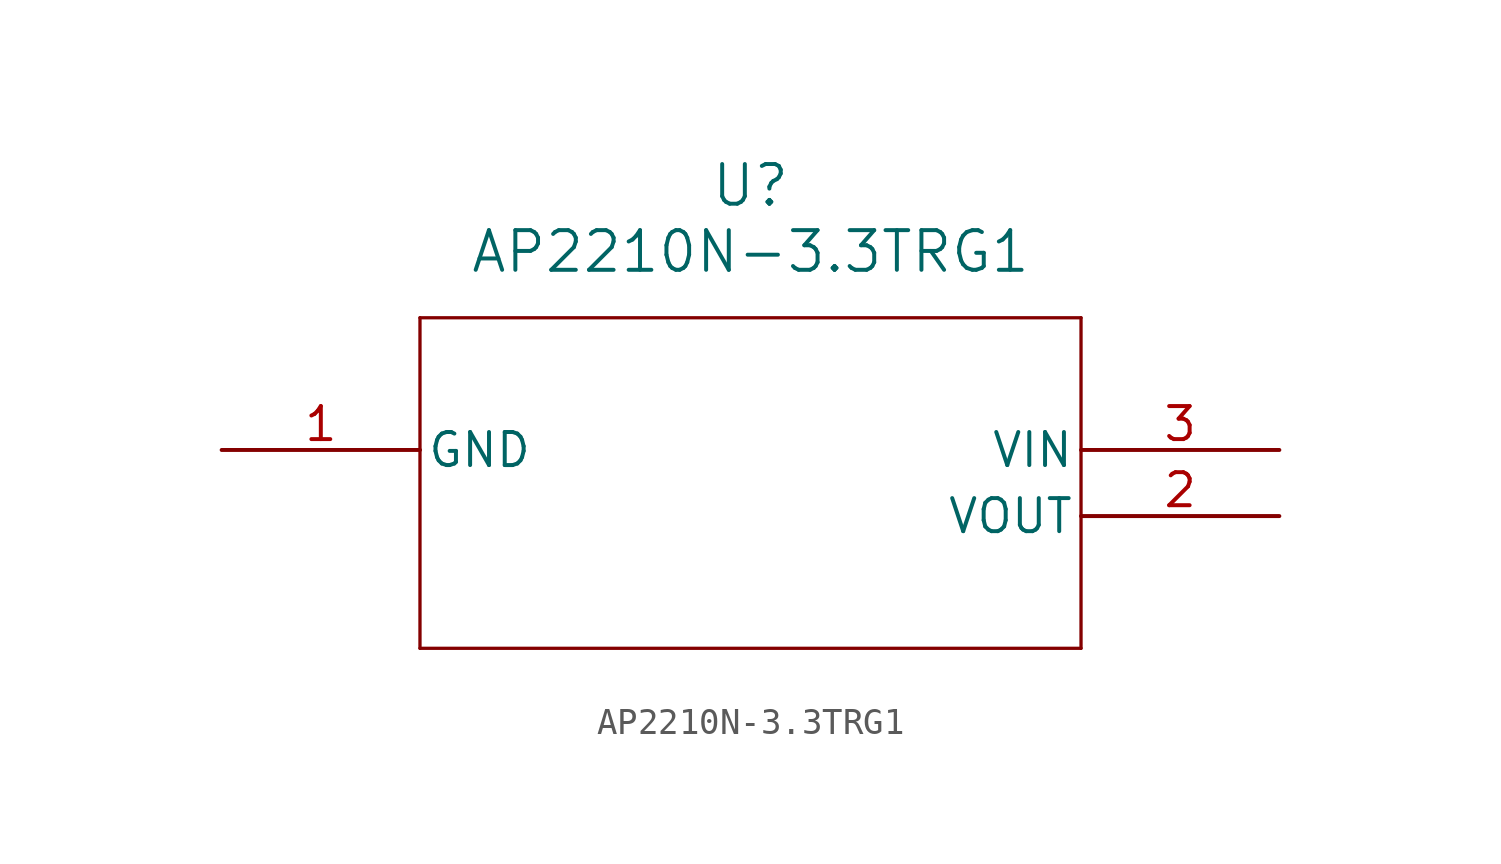
<source format=kicad_sym>
(kicad_symbol_lib
  (version 20211014)
  (generator kicad_symbol_editor)
  (symbol "AP2210N-3.3TRG1"
    (pin_names
      (offset 0.254))
    (property "Reference" "U"
      (at 20.32 10.16 0)
      (effects (font (size 1.524 1.524))))
    (property "Value" "AP2210N-3.3TRG1"
      (at 20.32 7.62 0)
      (effects (font (size 1.524 1.524))))
    (symbol "AP2210N-3.3TRG1_0_1"
      (polyline (pts (xy 7.62 5.08) (xy 7.62 -7.62)) (stroke (width 0.127) (type default) (color 0 0 0 0)) (fill (type none)))
      (polyline (pts (xy 7.62 -7.62) (xy 33.02 -7.62)) (stroke (width 0.127) (type default) (color 0 0 0 0)) (fill (type none)))
      (polyline (pts (xy 33.02 -7.62) (xy 33.02 5.08)) (stroke (width 0.127) (type default) (color 0 0 0 0)) (fill (type none)))
      (polyline (pts (xy 33.02 5.08) (xy 7.62 5.08)) (stroke (width 0.127) (type default) (color 0 0 0 0)) (fill (type none)))
      (pin power_out line (at 0 0 0) (length 7.62) (name "GND" (effects (font (size 1.27 1.27)))) (number "1" (effects (font (size 1.27 1.27)))))
      (pin output line (at 40.64 -2.54 180) (length 7.62) (name "VOUT" (effects (font (size 1.27 1.27)))) (number "2" (effects (font (size 1.27 1.27)))))
      (pin unspecified line (at 40.64 0 180) (length 7.62) (name "VIN" (effects (font (size 1.27 1.27)))) (number "3" (effects (font (size 1.27 1.27))))))))
</source>
